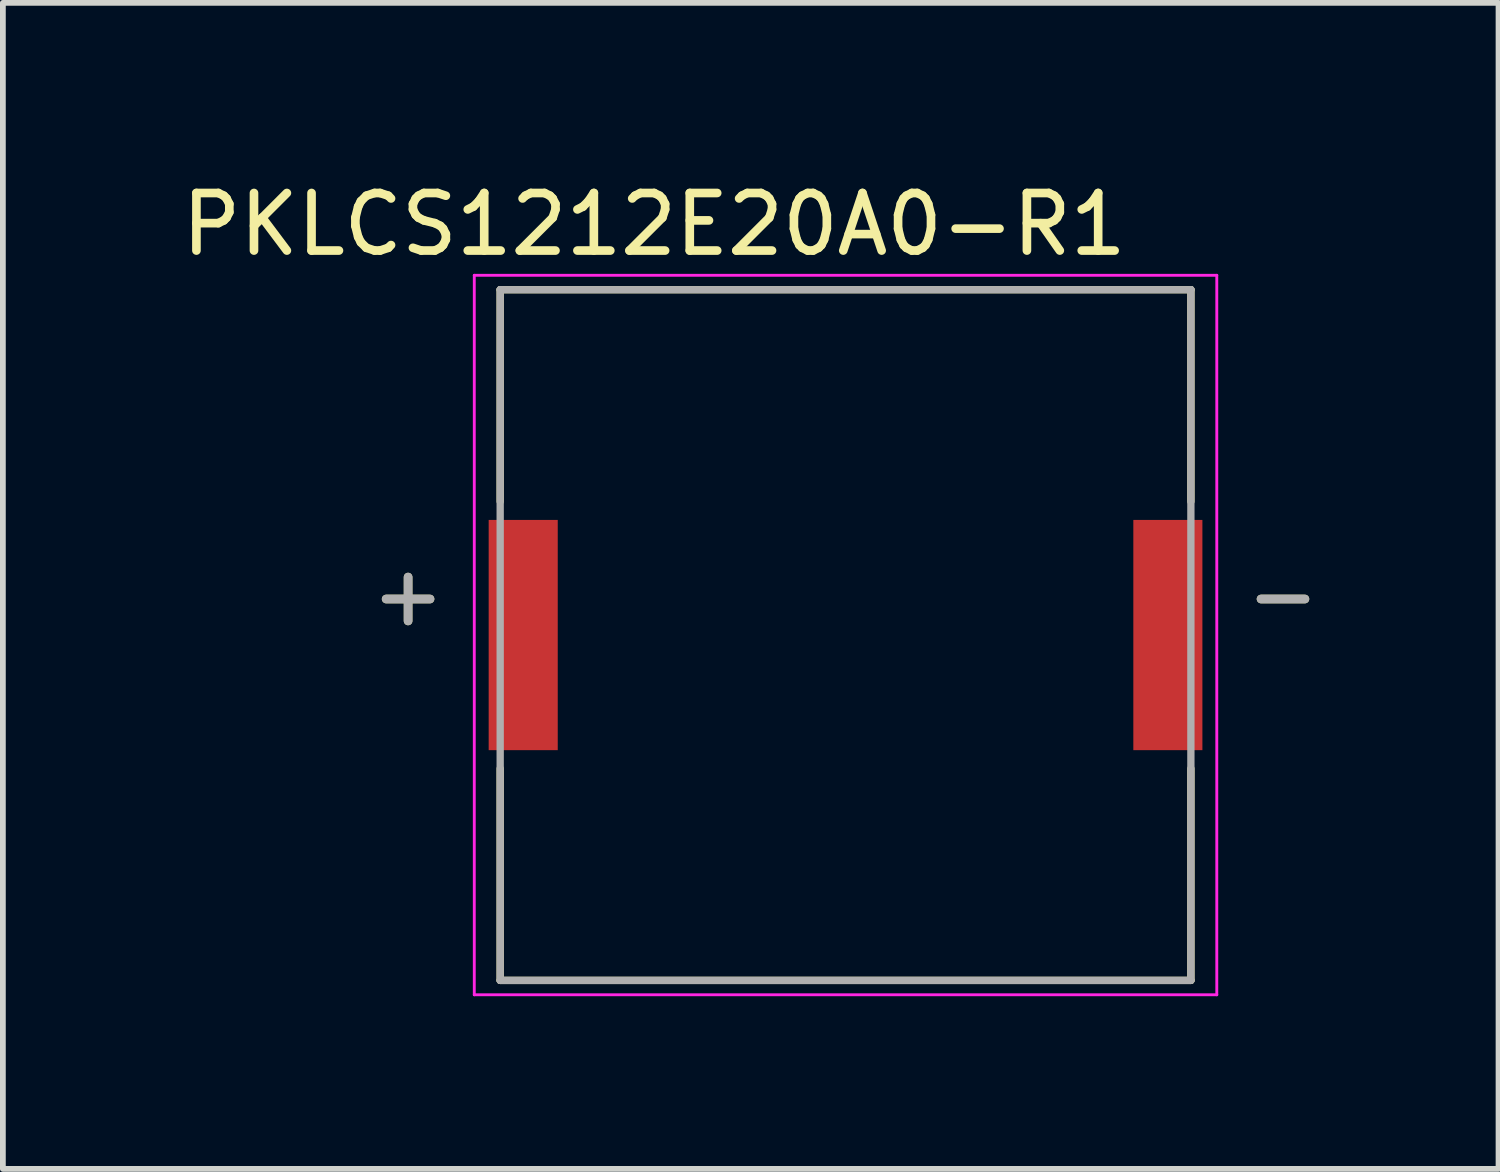
<source format=kicad_pcb>
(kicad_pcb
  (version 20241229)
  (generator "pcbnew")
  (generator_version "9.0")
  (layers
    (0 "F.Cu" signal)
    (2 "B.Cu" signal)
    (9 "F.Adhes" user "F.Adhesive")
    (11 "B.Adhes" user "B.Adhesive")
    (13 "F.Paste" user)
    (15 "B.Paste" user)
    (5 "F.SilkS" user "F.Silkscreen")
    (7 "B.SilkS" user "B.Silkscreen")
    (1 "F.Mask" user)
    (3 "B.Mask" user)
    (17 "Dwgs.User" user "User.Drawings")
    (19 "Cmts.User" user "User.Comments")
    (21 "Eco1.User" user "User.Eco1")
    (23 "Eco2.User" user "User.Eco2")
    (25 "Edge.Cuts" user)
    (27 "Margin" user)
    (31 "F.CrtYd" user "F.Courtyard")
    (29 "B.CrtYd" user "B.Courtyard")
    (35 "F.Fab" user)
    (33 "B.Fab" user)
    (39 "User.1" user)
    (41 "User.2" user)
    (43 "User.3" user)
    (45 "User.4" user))
  (footprint "PKLCS1212E20A0-R1"
    (layer "F.Cu")
    (at 11.64 7.983)
    (property "Reference" "PKLCS1212E20A0-R1" (at -3.325 -7.135 0) (layer "F.SilkS") (effects (font (size 1 1) (thickness 0.15))))
    (attr smd)
    (fp_line (start -6 -6) (end -6 -2.32) (stroke (width 0.127) (type solid)) (layer "F.SilkS"))
    (fp_line (start -6 -6) (end 6 -6) (stroke (width 0.127) (type solid)) (layer "F.SilkS"))
    (fp_line (start -6 6) (end -6 2.32) (stroke (width 0.127) (type solid)) (layer "F.SilkS"))
    (fp_line (start -6 6) (end 6 6) (stroke (width 0.127) (type solid)) (layer "F.SilkS"))
    (fp_line (start 6 -6) (end 6 -2.32) (stroke (width 0.127) (type solid)) (layer "F.SilkS"))
    (fp_line (start 6 6) (end 6 2.32) (stroke (width 0.127) (type solid)) (layer "F.SilkS"))
    (fp_line (start -6.45 -6.25) (end 6.45 -6.25) (stroke (width 0.05) (type solid)) (layer "F.CrtYd"))
    (fp_line (start -6.45 6.25) (end -6.45 -6.25) (stroke (width 0.05) (type solid)) (layer "F.CrtYd"))
    (fp_line (start 6.45 -6.25) (end 6.45 6.25) (stroke (width 0.05) (type solid)) (layer "F.CrtYd"))
    (fp_line (start 6.45 6.25) (end -6.45 6.25) (stroke (width 0.05) (type solid)) (layer "F.CrtYd"))
    (fp_line (start -6 -6) (end 6 -6) (stroke (width 0.127) (type solid)) (layer "F.Fab"))
    (fp_line (start -6 6) (end -6 -6) (stroke (width 0.127) (type solid)) (layer "F.Fab"))
    (fp_line (start 6 -6) (end 6 6) (stroke (width 0.127) (type solid)) (layer "F.Fab"))
    (fp_line (start 6 6) (end -6 6) (stroke (width 0.127) (type solid)) (layer "F.Fab"))
    (fp_text user "+" (at -7.6 -0.7 0) (layer "F.SilkS") (effects (font (size 1 1) (thickness 0.15))))
    (fp_text user "-" (at 7.6 -0.7 0) (layer "F.SilkS") (effects (font (size 1 1) (thickness 0.15))))
    (fp_text user "-" (at 7.6 -0.7 0) (layer "F.Fab") (effects (font (size 1 1) (thickness 0.15))))
    (fp_text user "+" (at -7.6 -0.7 0) (layer "F.Fab") (effects (font (size 1 1) (thickness 0.15))))
    (pad "N" smd rect (at 5.6 0) (size 1.2 4) (layers "F.Cu" "F.Mask" "F.Paste"))
    (pad "P" smd rect (at -5.6 0) (size 1.2 4) (layers "F.Cu" "F.Mask" "F.Paste")))
  (gr_rect
    (start -3 -3)
    (end 22.985 17.258)
    (stroke (width 0.1) (type default))
    (fill no)
    (layer "Edge.Cuts")))
</source>
